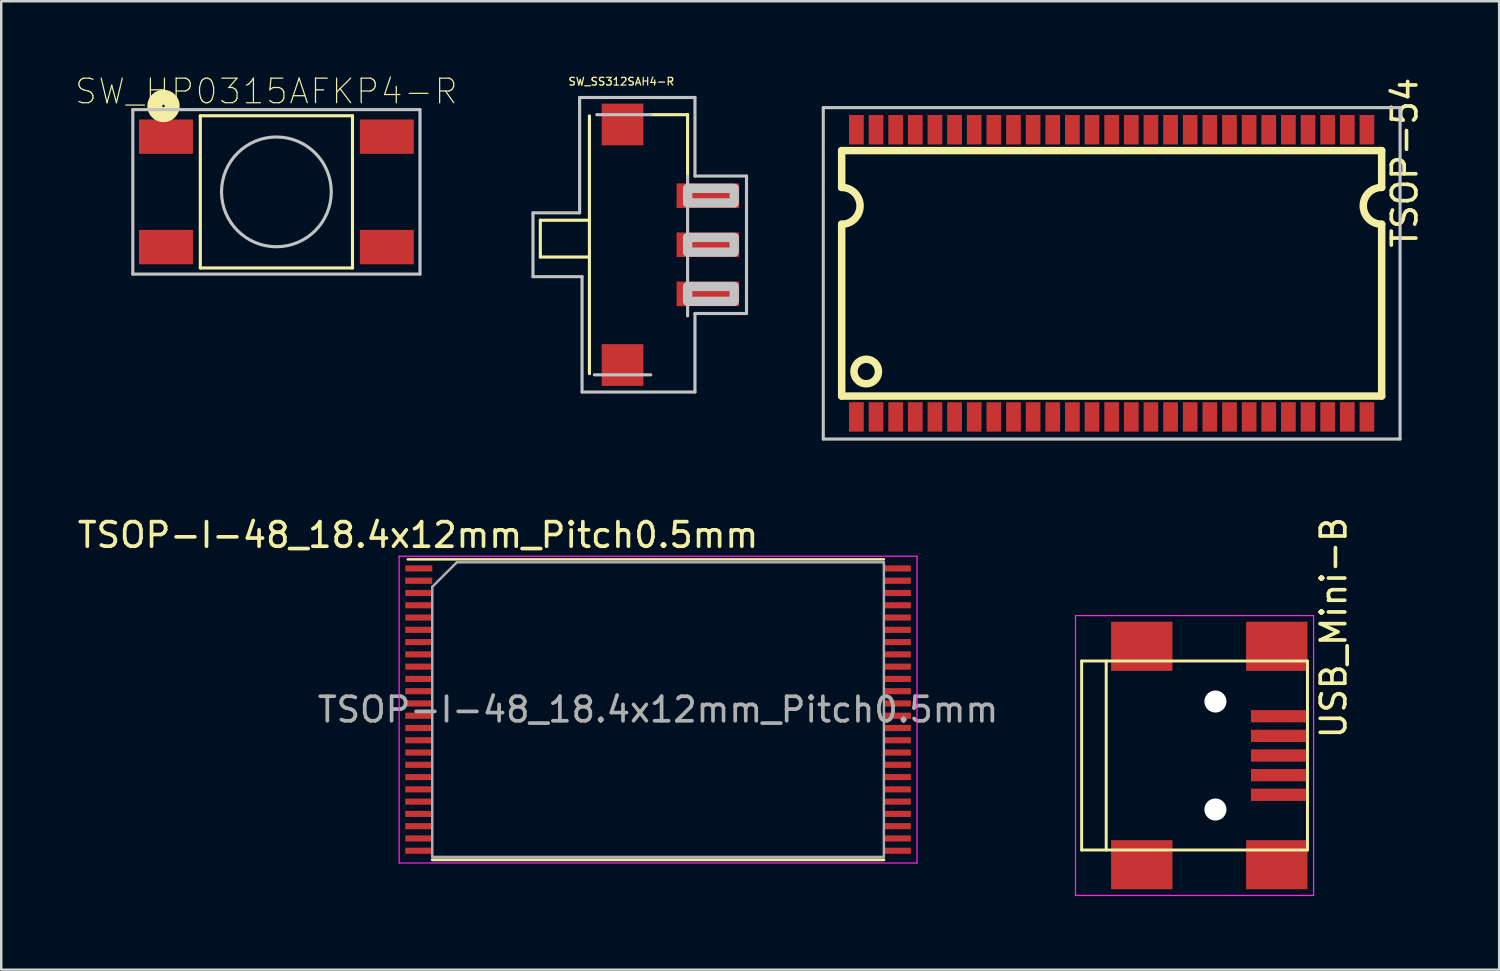
<source format=kicad_pcb>
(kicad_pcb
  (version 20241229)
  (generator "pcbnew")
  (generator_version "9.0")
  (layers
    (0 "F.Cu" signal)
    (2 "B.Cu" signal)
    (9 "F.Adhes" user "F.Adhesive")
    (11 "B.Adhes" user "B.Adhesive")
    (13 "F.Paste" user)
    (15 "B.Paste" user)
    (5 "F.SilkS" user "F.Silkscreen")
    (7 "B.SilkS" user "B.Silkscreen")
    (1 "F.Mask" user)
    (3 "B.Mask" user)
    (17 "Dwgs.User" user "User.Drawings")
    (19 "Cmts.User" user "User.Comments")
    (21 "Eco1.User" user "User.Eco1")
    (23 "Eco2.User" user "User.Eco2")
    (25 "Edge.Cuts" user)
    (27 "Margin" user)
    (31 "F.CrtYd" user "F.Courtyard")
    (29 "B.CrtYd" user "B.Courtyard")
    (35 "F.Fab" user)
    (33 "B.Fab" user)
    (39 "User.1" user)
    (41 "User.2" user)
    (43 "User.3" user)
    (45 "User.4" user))
  (footprint "TSOP-I-48_18.4x12mm_Pitch0.5mm"
    (layer "F.Cu")
    (at 23.761 25.86)
    (property "Reference" "TSOP-I-48_18.4x12mm_Pitch0.5mm" (at -9.779 -7.112 0) (layer "F.SilkS") (effects (font (size 1 1) (thickness 0.15))))
    (attr smd)
    (fp_line (start -9.2 6.12) (end 9.2 6.12) (stroke (width 0.12) (type solid)) (layer "F.SilkS"))
    (fp_line (start 9.2 -6.12) (end -10.2 -6.12) (stroke (width 0.1) (type solid)) (layer "F.SilkS"))
    (fp_line (start -10.55 -6.25) (end 10.55 -6.25) (stroke (width 0.05) (type solid)) (layer "F.CrtYd"))
    (fp_line (start -10.55 6.25) (end -10.55 -6.25) (stroke (width 0.05) (type solid)) (layer "F.CrtYd"))
    (fp_line (start 10.55 -6.25) (end 10.55 6.25) (stroke (width 0.05) (type solid)) (layer "F.CrtYd"))
    (fp_line (start 10.55 6.25) (end -10.55 6.25) (stroke (width 0.05) (type solid)) (layer "F.CrtYd"))
    (fp_line (start -9.2 6) (end -9.2 -5) (stroke (width 0.1) (type solid)) (layer "F.Fab"))
    (fp_line (start -8.2 -6) (end -9.2 -5) (stroke (width 0.1) (type solid)) (layer "F.Fab"))
    (fp_line (start -8.2 -6) (end 9.2 -6) (stroke (width 0.1) (type solid)) (layer "F.Fab"))
    (fp_line (start 9.2 -6) (end 9.2 6) (stroke (width 0.1) (type solid)) (layer "F.Fab"))
    (fp_line (start 9.2 6) (end -9.2 6) (stroke (width 0.1) (type solid)) (layer "F.Fab"))
    (fp_text user "${REFERENCE}" (at 0 0 0) (layer "F.Fab") (effects (font (size 1 1) (thickness 0.15))))
    (pad "1" smd rect (at -9.75 -5.75) (size 1.1 0.25) (layers "F.Cu" "F.Mask" "F.Paste"))
    (pad "2" smd rect (at -9.75 -5.25) (size 1.1 0.25) (layers "F.Cu" "F.Mask" "F.Paste"))
    (pad "3" smd rect (at -9.75 -4.75) (size 1.1 0.25) (layers "F.Cu" "F.Mask" "F.Paste"))
    (pad "4" smd rect (at -9.75 -4.25) (size 1.1 0.25) (layers "F.Cu" "F.Mask" "F.Paste"))
    (pad "5" smd rect (at -9.75 -3.75) (size 1.1 0.25) (layers "F.Cu" "F.Mask" "F.Paste"))
    (pad "6" smd rect (at -9.75 -3.25) (size 1.1 0.25) (layers "F.Cu" "F.Mask" "F.Paste"))
    (pad "7" smd rect (at -9.75 -2.75) (size 1.1 0.25) (layers "F.Cu" "F.Mask" "F.Paste"))
    (pad "8" smd rect (at -9.75 -2.25) (size 1.1 0.25) (layers "F.Cu" "F.Mask" "F.Paste"))
    (pad "9" smd rect (at -9.75 -1.75) (size 1.1 0.25) (layers "F.Cu" "F.Mask" "F.Paste"))
    (pad "10" smd rect (at -9.75 -1.25) (size 1.1 0.25) (layers "F.Cu" "F.Mask" "F.Paste"))
    (pad "11" smd rect (at -9.75 -0.75) (size 1.1 0.25) (layers "F.Cu" "F.Mask" "F.Paste"))
    (pad "12" smd rect (at -9.75 -0.25) (size 1.1 0.25) (layers "F.Cu" "F.Mask" "F.Paste"))
    (pad "13" smd rect (at -9.75 0.25) (size 1.1 0.25) (layers "F.Cu" "F.Mask" "F.Paste"))
    (pad "14" smd rect (at -9.75 0.75) (size 1.1 0.25) (layers "F.Cu" "F.Mask" "F.Paste"))
    (pad "15" smd rect (at -9.75 1.25) (size 1.1 0.25) (layers "F.Cu" "F.Mask" "F.Paste"))
    (pad "16" smd rect (at -9.75 1.75) (size 1.1 0.25) (layers "F.Cu" "F.Mask" "F.Paste"))
    (pad "17" smd rect (at -9.75 2.25) (size 1.1 0.25) (layers "F.Cu" "F.Mask" "F.Paste"))
    (pad "18" smd rect (at -9.75 2.75) (size 1.1 0.25) (layers "F.Cu" "F.Mask" "F.Paste"))
    (pad "19" smd rect (at -9.75 3.25) (size 1.1 0.25) (layers "F.Cu" "F.Mask" "F.Paste"))
    (pad "20" smd rect (at -9.75 3.75) (size 1.1 0.25) (layers "F.Cu" "F.Mask" "F.Paste"))
    (pad "21" smd rect (at -9.75 4.25) (size 1.1 0.25) (layers "F.Cu" "F.Mask" "F.Paste"))
    (pad "22" smd rect (at -9.75 4.75) (size 1.1 0.25) (layers "F.Cu" "F.Mask" "F.Paste"))
    (pad "23" smd rect (at -9.75 5.25) (size 1.1 0.25) (layers "F.Cu" "F.Mask" "F.Paste"))
    (pad "24" smd rect (at -9.75 5.75) (size 1.1 0.25) (layers "F.Cu" "F.Mask" "F.Paste"))
    (pad "25" smd rect (at 9.75 5.75) (size 1.1 0.25) (layers "F.Cu" "F.Mask" "F.Paste"))
    (pad "26" smd rect (at 9.75 5.25) (size 1.1 0.25) (layers "F.Cu" "F.Mask" "F.Paste"))
    (pad "27" smd rect (at 9.75 4.75) (size 1.1 0.25) (layers "F.Cu" "F.Mask" "F.Paste"))
    (pad "28" smd rect (at 9.75 4.25) (size 1.1 0.25) (layers "F.Cu" "F.Mask" "F.Paste"))
    (pad "29" smd rect (at 9.75 3.75) (size 1.1 0.25) (layers "F.Cu" "F.Mask" "F.Paste"))
    (pad "30" smd rect (at 9.75 3.25) (size 1.1 0.25) (layers "F.Cu" "F.Mask" "F.Paste"))
    (pad "31" smd rect (at 9.75 2.75) (size 1.1 0.25) (layers "F.Cu" "F.Mask" "F.Paste"))
    (pad "32" smd rect (at 9.75 2.25) (size 1.1 0.25) (layers "F.Cu" "F.Mask" "F.Paste"))
    (pad "33" smd rect (at 9.75 1.75) (size 1.1 0.25) (layers "F.Cu" "F.Mask" "F.Paste"))
    (pad "34" smd rect (at 9.75 1.25) (size 1.1 0.25) (layers "F.Cu" "F.Mask" "F.Paste"))
    (pad "35" smd rect (at 9.75 0.75) (size 1.1 0.25) (layers "F.Cu" "F.Mask" "F.Paste"))
    (pad "36" smd rect (at 9.75 0.25) (size 1.1 0.25) (layers "F.Cu" "F.Mask" "F.Paste"))
    (pad "37" smd rect (at 9.75 -0.25) (size 1.1 0.25) (layers "F.Cu" "F.Mask" "F.Paste"))
    (pad "38" smd rect (at 9.75 -0.75) (size 1.1 0.25) (layers "F.Cu" "F.Mask" "F.Paste"))
    (pad "39" smd rect (at 9.75 -1.25) (size 1.1 0.25) (layers "F.Cu" "F.Mask" "F.Paste"))
    (pad "40" smd rect (at 9.75 -1.75) (size 1.1 0.25) (layers "F.Cu" "F.Mask" "F.Paste"))
    (pad "41" smd rect (at 9.75 -2.25) (size 1.1 0.25) (layers "F.Cu" "F.Mask" "F.Paste"))
    (pad "42" smd rect (at 9.75 -2.75) (size 1.1 0.25) (layers "F.Cu" "F.Mask" "F.Paste"))
    (pad "43" smd rect (at 9.75 -3.25) (size 1.1 0.25) (layers "F.Cu" "F.Mask" "F.Paste"))
    (pad "44" smd rect (at 9.75 -3.75) (size 1.1 0.25) (layers "F.Cu" "F.Mask" "F.Paste"))
    (pad "45" smd rect (at 9.75 -4.25) (size 1.1 0.25) (layers "F.Cu" "F.Mask" "F.Paste"))
    (pad "46" smd rect (at 9.75 -4.75) (size 1.1 0.25) (layers "F.Cu" "F.Mask" "F.Paste"))
    (pad "47" smd rect (at 9.75 -5.25) (size 1.1 0.25) (layers "F.Cu" "F.Mask" "F.Paste"))
    (pad "48" smd rect (at 9.75 -5.75) (size 1.1 0.25) (layers "F.Cu" "F.Mask" "F.Paste")))
  (footprint "SW_HP0315AFKP4-R"
    (layer "F.Cu")
    (at 8.211 4.767)
    (property "Reference" "SW_HP0315AFKP4-R" (at -0.411 -4.093 0) (layer "F.SilkS") (effects (font (size 1.002 1.002) (thickness 0.05))))
    (attr smd)
    (fp_line (start -3.1 -3.1) (end -3.1 3.1) (stroke (width 0.127) (type solid)) (layer "F.SilkS"))
    (fp_line (start -3.1 3.1) (end 3.1 3.1) (stroke (width 0.127) (type solid)) (layer "F.SilkS"))
    (fp_line (start 3.1 -3.1) (end -3.1 -3.1) (stroke (width 0.127) (type solid)) (layer "F.SilkS"))
    (fp_line (start 3.1 3.1) (end 3.1 -3.1) (stroke (width 0.127) (type solid)) (layer "F.SilkS"))
    (fp_circle (center -4.6 -3.5) (end -4.55 -3.5) (stroke (width 0.61) (type solid)) (fill no) (layer "F.SilkS"))
    (fp_line (start -5.85 -3.35) (end 5.85 -3.35) (stroke (width 0.127) (type solid)) (layer "Dwgs.User"))
    (fp_line (start -5.85 3.35) (end -5.85 -3.35) (stroke (width 0.127) (type solid)) (layer "Dwgs.User"))
    (fp_line (start 5.85 -3.35) (end 5.85 3.35) (stroke (width 0.127) (type solid)) (layer "Dwgs.User"))
    (fp_line (start 5.85 3.35) (end -5.85 3.35) (stroke (width 0.127) (type solid)) (layer "Dwgs.User"))
    (fp_circle (center 0 0) (end 2.236 0) (stroke (width 0.127) (type solid)) (fill no) (layer "Dwgs.User"))
    (pad "1" smd rect (at -4.5 -2.25 90) (size 1.4 2.2) (layers "F.Cu" "F.Mask" "F.Paste"))
    (pad "2" smd rect (at 4.5 -2.25 90) (size 1.4 2.2) (layers "F.Cu" "F.Mask" "F.Paste"))
    (pad "3" smd rect (at -4.5 2.25 90) (size 1.4 2.2) (layers "F.Cu" "F.Mask" "F.Paste"))
    (pad "4" smd rect (at 4.5 2.25 90) (size 1.4 2.2) (layers "F.Cu" "F.Mask" "F.Paste")))
  (footprint "USB_Mini-B"
    (layer "F.Cu")
    (at 46.268 27.731)
    (property "Reference" "USB_Mini-B" (at 5.016 -5.207 90) (layer "F.SilkS") (effects (font (size 1 1) (thickness 0.15))))
    (attr smd)
    (fp_line (start -5.25 -3.85) (end -5.25 3.85) (stroke (width 0.12) (type solid)) (layer "F.SilkS"))
    (fp_line (start -5.25 3.85) (end 3.95 3.85) (stroke (width 0.12) (type solid)) (layer "F.SilkS"))
    (fp_line (start -4.25 -3.85) (end -4.25 3.85) (stroke (width 0.12) (type solid)) (layer "F.SilkS"))
    (fp_line (start 3.95 -3.85) (end -5.25 -3.85) (stroke (width 0.12) (type solid)) (layer "F.SilkS"))
    (fp_line (start 3.95 3.85) (end 3.95 -3.85) (stroke (width 0.12) (type solid)) (layer "F.SilkS"))
    (fp_line (start -5.5 -5.7) (end 4.2 -5.7) (stroke (width 0.05) (type solid)) (layer "F.CrtYd"))
    (fp_line (start -5.5 5.7) (end -5.5 -5.7) (stroke (width 0.05) (type solid)) (layer "F.CrtYd"))
    (fp_line (start 4.2 -5.7) (end 4.2 5.7) (stroke (width 0.05) (type solid)) (layer "F.CrtYd"))
    (fp_line (start 4.2 5.7) (end -5.5 5.7) (stroke (width 0.05) (type solid)) (layer "F.CrtYd"))
    (pad "" np_thru_hole circle (at 0.2 -2.2) (size 0.9 0.9) (drill 0.9) (layers "*.Cu" "*.Mask"))
    (pad "" np_thru_hole circle (at 0.2 2.2) (size 0.9 0.9) (drill 0.9) (layers "*.Cu" "*.Mask"))
    (pad "1" smd rect (at 2.8 -1.6) (size 2.3 0.5) (layers "F.Cu" "F.Mask" "F.Paste"))
    (pad "2" smd rect (at 2.8 -0.8) (size 2.3 0.5) (layers "F.Cu" "F.Mask" "F.Paste"))
    (pad "3" smd rect (at 2.8 0) (size 2.3 0.5) (layers "F.Cu" "F.Mask" "F.Paste"))
    (pad "4" smd rect (at 2.8 0.8) (size 2.3 0.5) (layers "F.Cu" "F.Mask" "F.Paste"))
    (pad "5" smd rect (at 2.8 1.6) (size 2.3 0.5) (layers "F.Cu" "F.Mask" "F.Paste"))
    (pad "6" smd rect (at -2.8 -4.45) (size 2.5 2) (layers "F.Cu" "F.Mask" "F.Paste"))
    (pad "6" smd rect (at -2.8 4.45) (size 2.5 2) (layers "F.Cu" "F.Mask" "F.Paste"))
    (pad "6" smd rect (at 2.7 -4.45) (size 2.5 2) (layers "F.Cu" "F.Mask" "F.Paste"))
    (pad "6" smd rect (at 2.7 4.45) (size 2.5 2) (layers "F.Cu" "F.Mask" "F.Paste")))
  (footprint "TSOP-54"
    (layer "F.Cu")
    (at 42.241 8.086)
    (property "Reference" "TSOP-54" (at 11.938 -4.508 90) (layer "F.SilkS") (effects (font (size 1 1) (thickness 0.15))))
    (attr smd)
    (fp_line (start -11 -5) (end 11 -5) (stroke (width 0.305) (type solid)) (layer "F.SilkS"))
    (fp_line (start -11 -3.5) (end -11 -5) (stroke (width 0.305) (type solid)) (layer "F.SilkS"))
    (fp_line (start -11 5) (end -11 -2) (stroke (width 0.305) (type solid)) (layer "F.SilkS"))
    (fp_line (start 11 -5) (end 11 -3.5) (stroke (width 0.305) (type solid)) (layer "F.SilkS"))
    (fp_line (start 11 -2) (end 11 5) (stroke (width 0.305) (type solid)) (layer "F.SilkS"))
    (fp_line (start 11 5) (end -11 5) (stroke (width 0.305) (type solid)) (layer "F.SilkS"))
    (fp_arc (start -11 -3.5) (mid -10.25 -2.75) (end -11 -2) (stroke (width 0.3048) (type solid)) (layer "F.SilkS"))
    (fp_arc (start 11 -2) (mid 10.25 -2.75) (end 11 -3.5) (stroke (width 0.3048) (type solid)) (layer "F.SilkS"))
    (fp_circle (center -10 4) (end -9.5 4) (stroke (width 0.305) (type solid)) (fill no) (layer "F.SilkS"))
    (fp_line (start -11.75 -6.75) (end 11.75 -6.75) (stroke (width 0.127) (type solid)) (layer "Dwgs.User"))
    (fp_line (start -11.75 6.75) (end -11.75 -6.75) (stroke (width 0.127) (type solid)) (layer "Dwgs.User"))
    (fp_line (start 11.75 -6.75) (end 11.75 6.75) (stroke (width 0.127) (type solid)) (layer "Dwgs.User"))
    (fp_line (start 11.75 6.75) (end -11.75 6.75) (stroke (width 0.127) (type solid)) (layer "Dwgs.User"))
    (pad "1" smd rect (at -10.4 5.85) (size 0.6 1.2) (layers "F.Cu" "F.Mask" "F.Paste"))
    (pad "2" smd rect (at -9.6 5.85) (size 0.6 1.2) (layers "F.Cu" "F.Mask" "F.Paste"))
    (pad "3" smd rect (at -8.8 5.85) (size 0.6 1.2) (layers "F.Cu" "F.Mask" "F.Paste"))
    (pad "4" smd rect (at -8 5.85) (size 0.6 1.2) (layers "F.Cu" "F.Mask" "F.Paste"))
    (pad "5" smd rect (at -7.2 5.85) (size 0.6 1.2) (layers "F.Cu" "F.Mask" "F.Paste"))
    (pad "6" smd rect (at -6.4 5.85) (size 0.6 1.2) (layers "F.Cu" "F.Mask" "F.Paste"))
    (pad "7" smd rect (at -5.6 5.85) (size 0.6 1.2) (layers "F.Cu" "F.Mask" "F.Paste"))
    (pad "8" smd rect (at -4.8 5.85) (size 0.6 1.2) (layers "F.Cu" "F.Mask" "F.Paste"))
    (pad "9" smd rect (at -4 5.85) (size 0.6 1.2) (layers "F.Cu" "F.Mask" "F.Paste"))
    (pad "10" smd rect (at -3.2 5.85) (size 0.6 1.2) (layers "F.Cu" "F.Mask" "F.Paste"))
    (pad "11" smd rect (at -2.4 5.85) (size 0.6 1.2) (layers "F.Cu" "F.Mask" "F.Paste"))
    (pad "12" smd rect (at -1.6 5.85) (size 0.6 1.2) (layers "F.Cu" "F.Mask" "F.Paste"))
    (pad "13" smd rect (at -0.8 5.85) (size 0.6 1.2) (layers "F.Cu" "F.Mask" "F.Paste"))
    (pad "14" smd rect (at 0 5.85) (size 0.6 1.2) (layers "F.Cu" "F.Mask" "F.Paste"))
    (pad "15" smd rect (at 0.8 5.85) (size 0.6 1.2) (layers "F.Cu" "F.Mask" "F.Paste"))
    (pad "16" smd rect (at 1.6 5.85) (size 0.6 1.2) (layers "F.Cu" "F.Mask" "F.Paste"))
    (pad "17" smd rect (at 2.4 5.85) (size 0.6 1.2) (layers "F.Cu" "F.Mask" "F.Paste"))
    (pad "18" smd rect (at 3.2 5.85) (size 0.6 1.2) (layers "F.Cu" "F.Mask" "F.Paste"))
    (pad "19" smd rect (at 4 5.85) (size 0.6 1.2) (layers "F.Cu" "F.Mask" "F.Paste"))
    (pad "20" smd rect (at 4.8 5.85) (size 0.6 1.2) (layers "F.Cu" "F.Mask" "F.Paste"))
    (pad "21" smd rect (at 5.6 5.85) (size 0.6 1.2) (layers "F.Cu" "F.Mask" "F.Paste"))
    (pad "22" smd rect (at 6.4 5.85) (size 0.6 1.2) (layers "F.Cu" "F.Mask" "F.Paste"))
    (pad "23" smd rect (at 7.2 5.85) (size 0.6 1.2) (layers "F.Cu" "F.Mask" "F.Paste"))
    (pad "24" smd rect (at 8 5.85) (size 0.6 1.2) (layers "F.Cu" "F.Mask" "F.Paste"))
    (pad "25" smd rect (at 8.8 5.85) (size 0.6 1.2) (layers "F.Cu" "F.Mask" "F.Paste"))
    (pad "26" smd rect (at 9.6 5.85) (size 0.6 1.2) (layers "F.Cu" "F.Mask" "F.Paste"))
    (pad "27" smd rect (at 10.4 5.85) (size 0.6 1.2) (layers "F.Cu" "F.Mask" "F.Paste"))
    (pad "28" smd rect (at 10.4 -5.85 180) (size 0.6 1.2) (layers "F.Cu" "F.Mask" "F.Paste"))
    (pad "29" smd rect (at 9.6 -5.85 180) (size 0.6 1.2) (layers "F.Cu" "F.Mask" "F.Paste"))
    (pad "30" smd rect (at 8.8 -5.85 180) (size 0.6 1.2) (layers "F.Cu" "F.Mask" "F.Paste"))
    (pad "31" smd rect (at 8 -5.85 180) (size 0.6 1.2) (layers "F.Cu" "F.Mask" "F.Paste"))
    (pad "32" smd rect (at 7.2 -5.85 180) (size 0.6 1.2) (layers "F.Cu" "F.Mask" "F.Paste"))
    (pad "33" smd rect (at 6.4 -5.85 180) (size 0.6 1.2) (layers "F.Cu" "F.Mask" "F.Paste"))
    (pad "34" smd rect (at 5.6 -5.85 180) (size 0.6 1.2) (layers "F.Cu" "F.Mask" "F.Paste"))
    (pad "35" smd rect (at 4.8 -5.85 180) (size 0.6 1.2) (layers "F.Cu" "F.Mask" "F.Paste"))
    (pad "36" smd rect (at 4 -5.85 180) (size 0.6 1.2) (layers "F.Cu" "F.Mask" "F.Paste"))
    (pad "37" smd rect (at 3.2 -5.85 180) (size 0.6 1.2) (layers "F.Cu" "F.Mask" "F.Paste"))
    (pad "38" smd rect (at 2.4 -5.85 180) (size 0.6 1.2) (layers "F.Cu" "F.Mask" "F.Paste"))
    (pad "39" smd rect (at 1.6 -5.85 180) (size 0.6 1.2) (layers "F.Cu" "F.Mask" "F.Paste"))
    (pad "40" smd rect (at 0.8 -5.85 180) (size 0.6 1.2) (layers "F.Cu" "F.Mask" "F.Paste"))
    (pad "41" smd rect (at 0 -5.85 180) (size 0.6 1.2) (layers "F.Cu" "F.Mask" "F.Paste"))
    (pad "42" smd rect (at -0.8 -5.85 180) (size 0.6 1.2) (layers "F.Cu" "F.Mask" "F.Paste"))
    (pad "43" smd rect (at -1.6 -5.85 180) (size 0.6 1.2) (layers "F.Cu" "F.Mask" "F.Paste"))
    (pad "44" smd rect (at -2.4 -5.85 180) (size 0.6 1.2) (layers "F.Cu" "F.Mask" "F.Paste"))
    (pad "45" smd rect (at -3.2 -5.85 180) (size 0.6 1.2) (layers "F.Cu" "F.Mask" "F.Paste"))
    (pad "46" smd rect (at -4 -5.85 180) (size 0.6 1.2) (layers "F.Cu" "F.Mask" "F.Paste"))
    (pad "47" smd rect (at -4.8 -5.85 180) (size 0.6 1.2) (layers "F.Cu" "F.Mask" "F.Paste"))
    (pad "48" smd rect (at -5.6 -5.85 180) (size 0.6 1.2) (layers "F.Cu" "F.Mask" "F.Paste"))
    (pad "49" smd rect (at -6.4 -5.85 180) (size 0.6 1.2) (layers "F.Cu" "F.Mask" "F.Paste"))
    (pad "50" smd rect (at -7.2 -5.85 180) (size 0.6 1.2) (layers "F.Cu" "F.Mask" "F.Paste"))
    (pad "51" smd rect (at -8 -5.85 180) (size 0.6 1.2) (layers "F.Cu" "F.Mask" "F.Paste"))
    (pad "52" smd rect (at -8.8 -5.85 180) (size 0.6 1.2) (layers "F.Cu" "F.Mask" "F.Paste"))
    (pad "53" smd rect (at -9.6 -5.85 180) (size 0.6 1.2) (layers "F.Cu" "F.Mask" "F.Paste"))
    (pad "54" smd rect (at -10.4 -5.85 180) (size 0.6 1.2) (layers "F.Cu" "F.Mask" "F.Paste")))
  (footprint "SW_SS312SAH4-R"
    (layer "F.Cu")
    (at 24.264 6.922)
    (property "Reference" "SW_SS312SAH4-R" (at -2 -6.65 0) (layer "F.SilkS") (effects (font (size 0.315 0.315) (thickness 0.05))))
    (attr smd)
    (fp_line (start -5.3 -1) (end -5.3 0.5) (stroke (width 0.127) (type solid)) (layer "F.SilkS"))
    (fp_line (start -5.3 0.5) (end -3.3 0.5) (stroke (width 0.127) (type solid)) (layer "F.SilkS"))
    (fp_line (start -3.3 -5.25) (end -3.3 -1) (stroke (width 0.127) (type solid)) (layer "F.SilkS"))
    (fp_line (start -3.3 -1) (end -5.3 -1) (stroke (width 0.127) (type solid)) (layer "F.SilkS"))
    (fp_line (start -3.3 -1) (end -3.3 0.5) (stroke (width 0.127) (type solid)) (layer "F.SilkS"))
    (fp_line (start -3.3 0.5) (end -3.3 1) (stroke (width 0.127) (type solid)) (layer "F.SilkS"))
    (fp_line (start -3.3 1) (end -3.3 5.25) (stroke (width 0.127) (type solid)) (layer "F.SilkS"))
    (fp_line (start -0.8 -5.3) (end 0.7 -5.3) (stroke (width 0.127) (type solid)) (layer "F.SilkS"))
    (fp_line (start 0.7 -5.3) (end 0.7 -2.8) (stroke (width 0.127) (type solid)) (layer "F.SilkS"))
    (fp_line (start -5.6 -1.3) (end -5.6 1.3) (stroke (width 0.127) (type solid)) (layer "Dwgs.User"))
    (fp_line (start -5.6 1.3) (end -3.6 1.3) (stroke (width 0.127) (type solid)) (layer "Dwgs.User"))
    (fp_line (start -3.7 -6) (end -3.7 -1.3) (stroke (width 0.127) (type solid)) (layer "Dwgs.User"))
    (fp_line (start -3.7 -6) (end 1 -6) (stroke (width 0.127) (type solid)) (layer "Dwgs.User"))
    (fp_line (start -3.7 -1.3) (end -5.6 -1.3) (stroke (width 0.127) (type solid)) (layer "Dwgs.User"))
    (fp_line (start -3.6 1.3) (end -3.6 6) (stroke (width 0.127) (type solid)) (layer "Dwgs.User"))
    (fp_line (start -3.6 6) (end 1 6) (stroke (width 0.127) (type solid)) (layer "Dwgs.User"))
    (fp_line (start -3.1 5.3) (end -0.8 5.3) (stroke (width 0.127) (type solid)) (layer "Dwgs.User"))
    (fp_line (start -3 -5.3) (end -0.8 -5.3) (stroke (width 0.127) (type solid)) (layer "Dwgs.User"))
    (fp_line (start 0.7 -2.8) (end 0.7 2.9) (stroke (width 0.127) (type solid)) (layer "Dwgs.User"))
    (fp_line (start 1 -6) (end 1 -2.8) (stroke (width 0.127) (type solid)) (layer "Dwgs.User"))
    (fp_line (start 1 2.8) (end 3.1 2.8) (stroke (width 0.127) (type solid)) (layer "Dwgs.User"))
    (fp_line (start 1 6) (end 1 2.8) (stroke (width 0.127) (type solid)) (layer "Dwgs.User"))
    (fp_line (start 3.1 -2.8) (end 1 -2.8) (stroke (width 0.127) (type solid)) (layer "Dwgs.User"))
    (fp_line (start 3.1 2.8) (end 3.1 -2.8) (stroke (width 0.127) (type solid)) (layer "Dwgs.User"))
    (fp_poly (pts (xy 0.701 -0.3) (xy 2.6 -0.3) (xy 2.6 0.3) (xy 0.701 0.3)) (stroke (width 0.381) (type solid)) (fill no) (layer "Dwgs.User"))
    (fp_poly (pts (xy 0.701 1.7) (xy 2.6 1.7) (xy 2.6 2.305) (xy 0.701 2.305)) (stroke (width 0.381) (type solid)) (fill no) (layer "Dwgs.User"))
    (fp_poly (pts (xy 0.702 -2.3) (xy 2.6 -2.3) (xy 2.6 -1.704) (xy 0.702 -1.704)) (stroke (width 0.381) (type solid)) (fill no) (layer "Dwgs.User"))
    (pad "1" smd rect (at 1.525 2) (size 2.55 1) (layers "F.Cu" "F.Mask" "F.Paste"))
    (pad "2" smd rect (at 1.525 0) (size 2.55 1) (layers "F.Cu" "F.Mask" "F.Paste"))
    (pad "3" smd rect (at 1.525 -2) (size 2.55 1) (layers "F.Cu" "F.Mask" "F.Paste"))
    (pad "P$1" smd rect (at -1.95 4.9) (size 1.7 1.7) (layers "F.Cu" "F.Mask" "F.Paste"))
    (pad "P$2" smd rect (at -1.95 -4.9) (size 1.7 1.7) (layers "F.Cu" "F.Mask" "F.Paste")))
  (gr_rect
    (start -3 -3)
    (end 58.028 36.456)
    (stroke (width 0.1) (type default))
    (fill no)
    (layer "Edge.Cuts")))
</source>
